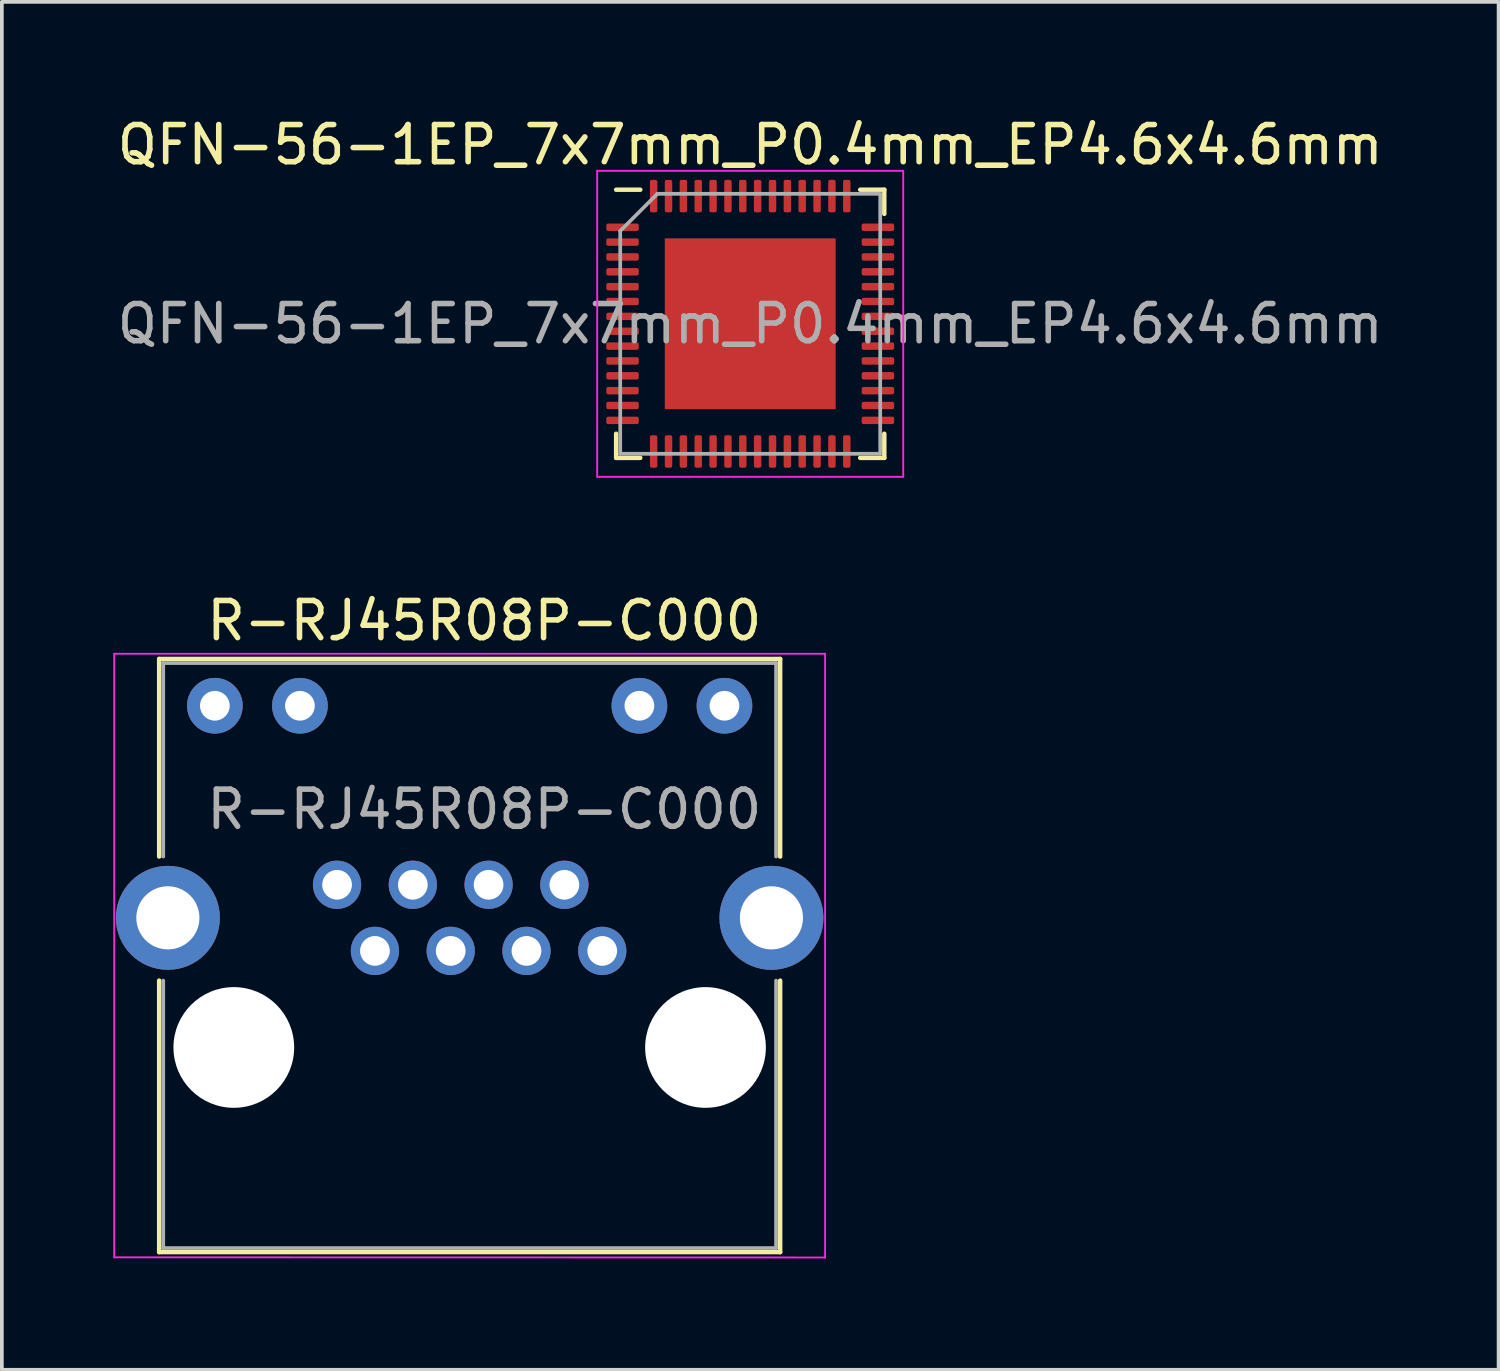
<source format=kicad_pcb>
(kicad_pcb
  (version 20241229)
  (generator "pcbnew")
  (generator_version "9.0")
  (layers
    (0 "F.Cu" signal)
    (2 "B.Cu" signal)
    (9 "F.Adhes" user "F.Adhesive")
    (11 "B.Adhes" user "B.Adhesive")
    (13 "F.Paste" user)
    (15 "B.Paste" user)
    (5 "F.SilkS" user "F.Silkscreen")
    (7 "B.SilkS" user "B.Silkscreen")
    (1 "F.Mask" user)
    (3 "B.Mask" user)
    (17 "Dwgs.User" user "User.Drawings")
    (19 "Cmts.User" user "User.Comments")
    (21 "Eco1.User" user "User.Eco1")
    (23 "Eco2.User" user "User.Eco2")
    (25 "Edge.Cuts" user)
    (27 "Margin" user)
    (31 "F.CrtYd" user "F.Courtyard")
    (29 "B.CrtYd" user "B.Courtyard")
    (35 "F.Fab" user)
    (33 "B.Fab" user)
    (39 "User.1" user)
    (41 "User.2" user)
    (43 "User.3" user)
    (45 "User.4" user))
  (footprint "QFN-56-1EP_7x7mm_P0.4mm_EP4.6x4.6mm"
    (layer "F.Cu")
    (at 17.149 5.668)
    (property "Reference" "QFN-56-1EP_7x7mm_P0.4mm_EP4.6x4.6mm" (at 0 -4.82 0) (layer "F.SilkS") (effects (font (size 1 1) (thickness 0.15))))
    (attr smd)
    (fp_line (start -3.61 3.61) (end -3.61 2.96) (stroke (width 0.12) (type solid)) (layer "F.SilkS"))
    (fp_line (start -2.96 -3.61) (end -3.61 -3.61) (stroke (width 0.12) (type solid)) (layer "F.SilkS"))
    (fp_line (start -2.96 3.61) (end -3.61 3.61) (stroke (width 0.12) (type solid)) (layer "F.SilkS"))
    (fp_line (start 2.96 -3.61) (end 3.61 -3.61) (stroke (width 0.12) (type solid)) (layer "F.SilkS"))
    (fp_line (start 2.96 3.61) (end 3.61 3.61) (stroke (width 0.12) (type solid)) (layer "F.SilkS"))
    (fp_line (start 3.61 -3.61) (end 3.61 -2.96) (stroke (width 0.12) (type solid)) (layer "F.SilkS"))
    (fp_line (start 3.61 3.61) (end 3.61 2.96) (stroke (width 0.12) (type solid)) (layer "F.SilkS"))
    (fp_line (start -4.12 -4.12) (end -4.12 4.12) (stroke (width 0.05) (type solid)) (layer "F.CrtYd"))
    (fp_line (start -4.12 4.12) (end 4.12 4.12) (stroke (width 0.05) (type solid)) (layer "F.CrtYd"))
    (fp_line (start 4.12 -4.12) (end -4.12 -4.12) (stroke (width 0.05) (type solid)) (layer "F.CrtYd"))
    (fp_line (start 4.12 4.12) (end 4.12 -4.12) (stroke (width 0.05) (type solid)) (layer "F.CrtYd"))
    (fp_line (start -3.5 -2.5) (end -2.5 -3.5) (stroke (width 0.1) (type solid)) (layer "F.Fab"))
    (fp_line (start -3.5 3.5) (end -3.5 -2.5) (stroke (width 0.1) (type solid)) (layer "F.Fab"))
    (fp_line (start -2.5 -3.5) (end 3.5 -3.5) (stroke (width 0.1) (type solid)) (layer "F.Fab"))
    (fp_line (start 3.5 -3.5) (end 3.5 3.5) (stroke (width 0.1) (type solid)) (layer "F.Fab"))
    (fp_line (start 3.5 3.5) (end -3.5 3.5) (stroke (width 0.1) (type solid)) (layer "F.Fab"))
    (fp_text user "${REFERENCE}" (at 0 0 0) (layer "F.Fab") (effects (font (size 1 1) (thickness 0.15))))
    (pad "" smd roundrect (at -1.067 -1.067) (size 1.865 1.865) (layers "F.Paste") (roundrect_rratio 0.221))
    (pad "" smd roundrect (at -1.067 1.067) (size 1.865 1.865) (layers "F.Paste") (roundrect_rratio 0.221))
    (pad "" smd roundrect (at 1.067 -1.067) (size 1.865 1.865) (layers "F.Paste") (roundrect_rratio 0.221))
    (pad "" smd roundrect (at 1.067 1.067) (size 1.865 1.865) (layers "F.Paste") (roundrect_rratio 0.221))
    (pad "1" smd roundrect (at -3.438 -2.6) (size 0.875 0.2) (layers "F.Cu" "F.Mask" "F.Paste") (roundrect_rratio 0.25))
    (pad "2" smd roundrect (at -3.438 -2.2) (size 0.875 0.2) (layers "F.Cu" "F.Mask" "F.Paste") (roundrect_rratio 0.25))
    (pad "3" smd roundrect (at -3.438 -1.8) (size 0.875 0.2) (layers "F.Cu" "F.Mask" "F.Paste") (roundrect_rratio 0.25))
    (pad "4" smd roundrect (at -3.438 -1.4) (size 0.875 0.2) (layers "F.Cu" "F.Mask" "F.Paste") (roundrect_rratio 0.25))
    (pad "5" smd roundrect (at -3.438 -1) (size 0.875 0.2) (layers "F.Cu" "F.Mask" "F.Paste") (roundrect_rratio 0.25))
    (pad "6" smd roundrect (at -3.438 -0.6) (size 0.875 0.2) (layers "F.Cu" "F.Mask" "F.Paste") (roundrect_rratio 0.25))
    (pad "7" smd roundrect (at -3.438 -0.2) (size 0.875 0.2) (layers "F.Cu" "F.Mask" "F.Paste") (roundrect_rratio 0.25))
    (pad "8" smd roundrect (at -3.438 0.2) (size 0.875 0.2) (layers "F.Cu" "F.Mask" "F.Paste") (roundrect_rratio 0.25))
    (pad "9" smd roundrect (at -3.438 0.6) (size 0.875 0.2) (layers "F.Cu" "F.Mask" "F.Paste") (roundrect_rratio 0.25))
    (pad "10" smd roundrect (at -3.438 1) (size 0.875 0.2) (layers "F.Cu" "F.Mask" "F.Paste") (roundrect_rratio 0.25))
    (pad "11" smd roundrect (at -3.438 1.4) (size 0.875 0.2) (layers "F.Cu" "F.Mask" "F.Paste") (roundrect_rratio 0.25))
    (pad "12" smd roundrect (at -3.438 1.8) (size 0.875 0.2) (layers "F.Cu" "F.Mask" "F.Paste") (roundrect_rratio 0.25))
    (pad "13" smd roundrect (at -3.438 2.2) (size 0.875 0.2) (layers "F.Cu" "F.Mask" "F.Paste") (roundrect_rratio 0.25))
    (pad "14" smd roundrect (at -3.438 2.6) (size 0.875 0.2) (layers "F.Cu" "F.Mask" "F.Paste") (roundrect_rratio 0.25))
    (pad "15" smd roundrect (at -2.6 3.438) (size 0.2 0.875) (layers "F.Cu" "F.Mask" "F.Paste") (roundrect_rratio 0.25))
    (pad "16" smd roundrect (at -2.2 3.438) (size 0.2 0.875) (layers "F.Cu" "F.Mask" "F.Paste") (roundrect_rratio 0.25))
    (pad "17" smd roundrect (at -1.8 3.438) (size 0.2 0.875) (layers "F.Cu" "F.Mask" "F.Paste") (roundrect_rratio 0.25))
    (pad "18" smd roundrect (at -1.4 3.438) (size 0.2 0.875) (layers "F.Cu" "F.Mask" "F.Paste") (roundrect_rratio 0.25))
    (pad "19" smd roundrect (at -1 3.438) (size 0.2 0.875) (layers "F.Cu" "F.Mask" "F.Paste") (roundrect_rratio 0.25))
    (pad "20" smd roundrect (at -0.6 3.438) (size 0.2 0.875) (layers "F.Cu" "F.Mask" "F.Paste") (roundrect_rratio 0.25))
    (pad "21" smd roundrect (at -0.2 3.438) (size 0.2 0.875) (layers "F.Cu" "F.Mask" "F.Paste") (roundrect_rratio 0.25))
    (pad "22" smd roundrect (at 0.2 3.438) (size 0.2 0.875) (layers "F.Cu" "F.Mask" "F.Paste") (roundrect_rratio 0.25))
    (pad "23" smd roundrect (at 0.6 3.438) (size 0.2 0.875) (layers "F.Cu" "F.Mask" "F.Paste") (roundrect_rratio 0.25))
    (pad "24" smd roundrect (at 1 3.438) (size 0.2 0.875) (layers "F.Cu" "F.Mask" "F.Paste") (roundrect_rratio 0.25))
    (pad "25" smd roundrect (at 1.4 3.438) (size 0.2 0.875) (layers "F.Cu" "F.Mask" "F.Paste") (roundrect_rratio 0.25))
    (pad "26" smd roundrect (at 1.8 3.438) (size 0.2 0.875) (layers "F.Cu" "F.Mask" "F.Paste") (roundrect_rratio 0.25))
    (pad "27" smd roundrect (at 2.2 3.438) (size 0.2 0.875) (layers "F.Cu" "F.Mask" "F.Paste") (roundrect_rratio 0.25))
    (pad "28" smd roundrect (at 2.6 3.438) (size 0.2 0.875) (layers "F.Cu" "F.Mask" "F.Paste") (roundrect_rratio 0.25))
    (pad "29" smd roundrect (at 3.438 2.6) (size 0.875 0.2) (layers "F.Cu" "F.Mask" "F.Paste") (roundrect_rratio 0.25))
    (pad "30" smd roundrect (at 3.438 2.2) (size 0.875 0.2) (layers "F.Cu" "F.Mask" "F.Paste") (roundrect_rratio 0.25))
    (pad "31" smd roundrect (at 3.438 1.8) (size 0.875 0.2) (layers "F.Cu" "F.Mask" "F.Paste") (roundrect_rratio 0.25))
    (pad "32" smd roundrect (at 3.438 1.4) (size 0.875 0.2) (layers "F.Cu" "F.Mask" "F.Paste") (roundrect_rratio 0.25))
    (pad "33" smd roundrect (at 3.438 1) (size 0.875 0.2) (layers "F.Cu" "F.Mask" "F.Paste") (roundrect_rratio 0.25))
    (pad "34" smd roundrect (at 3.438 0.6) (size 0.875 0.2) (layers "F.Cu" "F.Mask" "F.Paste") (roundrect_rratio 0.25))
    (pad "35" smd roundrect (at 3.438 0.2) (size 0.875 0.2) (layers "F.Cu" "F.Mask" "F.Paste") (roundrect_rratio 0.25))
    (pad "36" smd roundrect (at 3.438 -0.2) (size 0.875 0.2) (layers "F.Cu" "F.Mask" "F.Paste") (roundrect_rratio 0.25))
    (pad "37" smd roundrect (at 3.438 -0.6) (size 0.875 0.2) (layers "F.Cu" "F.Mask" "F.Paste") (roundrect_rratio 0.25))
    (pad "38" smd roundrect (at 3.438 -1) (size 0.875 0.2) (layers "F.Cu" "F.Mask" "F.Paste") (roundrect_rratio 0.25))
    (pad "39" smd roundrect (at 3.438 -1.4) (size 0.875 0.2) (layers "F.Cu" "F.Mask" "F.Paste") (roundrect_rratio 0.25))
    (pad "40" smd roundrect (at 3.438 -1.8) (size 0.875 0.2) (layers "F.Cu" "F.Mask" "F.Paste") (roundrect_rratio 0.25))
    (pad "41" smd roundrect (at 3.438 -2.2) (size 0.875 0.2) (layers "F.Cu" "F.Mask" "F.Paste") (roundrect_rratio 0.25))
    (pad "42" smd roundrect (at 3.438 -2.6) (size 0.875 0.2) (layers "F.Cu" "F.Mask" "F.Paste") (roundrect_rratio 0.25))
    (pad "43" smd roundrect (at 2.6 -3.438) (size 0.2 0.875) (layers "F.Cu" "F.Mask" "F.Paste") (roundrect_rratio 0.25))
    (pad "44" smd roundrect (at 2.2 -3.438) (size 0.2 0.875) (layers "F.Cu" "F.Mask" "F.Paste") (roundrect_rratio 0.25))
    (pad "45" smd roundrect (at 1.8 -3.438) (size 0.2 0.875) (layers "F.Cu" "F.Mask" "F.Paste") (roundrect_rratio 0.25))
    (pad "46" smd roundrect (at 1.4 -3.438) (size 0.2 0.875) (layers "F.Cu" "F.Mask" "F.Paste") (roundrect_rratio 0.25))
    (pad "47" smd roundrect (at 1 -3.438) (size 0.2 0.875) (layers "F.Cu" "F.Mask" "F.Paste") (roundrect_rratio 0.25))
    (pad "48" smd roundrect (at 0.6 -3.438) (size 0.2 0.875) (layers "F.Cu" "F.Mask" "F.Paste") (roundrect_rratio 0.25))
    (pad "49" smd roundrect (at 0.2 -3.438) (size 0.2 0.875) (layers "F.Cu" "F.Mask" "F.Paste") (roundrect_rratio 0.25))
    (pad "50" smd roundrect (at -0.2 -3.438) (size 0.2 0.875) (layers "F.Cu" "F.Mask" "F.Paste") (roundrect_rratio 0.25))
    (pad "51" smd roundrect (at -0.6 -3.438) (size 0.2 0.875) (layers "F.Cu" "F.Mask" "F.Paste") (roundrect_rratio 0.25))
    (pad "52" smd roundrect (at -1 -3.438) (size 0.2 0.875) (layers "F.Cu" "F.Mask" "F.Paste") (roundrect_rratio 0.25))
    (pad "53" smd roundrect (at -1.4 -3.438) (size 0.2 0.875) (layers "F.Cu" "F.Mask" "F.Paste") (roundrect_rratio 0.25))
    (pad "54" smd roundrect (at -1.8 -3.438) (size 0.2 0.875) (layers "F.Cu" "F.Mask" "F.Paste") (roundrect_rratio 0.25))
    (pad "55" smd roundrect (at -2.2 -3.438) (size 0.2 0.875) (layers "F.Cu" "F.Mask" "F.Paste") (roundrect_rratio 0.25))
    (pad "56" smd roundrect (at -2.6 -3.438) (size 0.2 0.875) (layers "F.Cu" "F.Mask" "F.Paste") (roundrect_rratio 0.25))
    (pad "57" smd rect (at 0 0) (size 4.6 4.6) (layers "F.Cu" "F.Mask")))
  (footprint "R-RJ45R08P-C000"
    (layer "F.Cu")
    (at 13.165 22.552)
    (property "Reference" "R-RJ45R08P-C000" (at -3.175 -8.89 0) (unlocked yes) (layer "F.SilkS") (effects (font (size 1 1) (thickness 0.15))))
    (attr through_hole)
    (fp_line (start -11.93 -7.86) (end -11.93 -2.54) (stroke (width 0.12) (type solid)) (layer "F.SilkS"))
    (fp_line (start -11.93 0.8) (end -11.93 8.11) (stroke (width 0.12) (type solid)) (layer "F.SilkS"))
    (fp_line (start -11.93 8.11) (end 4.79 8.11) (stroke (width 0.12) (type solid)) (layer "F.SilkS"))
    (fp_line (start 4.79 -7.86) (end -11.93 -7.86) (stroke (width 0.12) (type solid)) (layer "F.SilkS"))
    (fp_line (start 4.79 -2.54) (end 4.79 -7.86) (stroke (width 0.12) (type solid)) (layer "F.SilkS"))
    (fp_line (start 4.79 8.11) (end 4.79 0.8) (stroke (width 0.12) (type solid)) (layer "F.SilkS"))
    (fp_line (start -13.14 -8) (end -13.14 8.25) (stroke (width 0.05) (type solid)) (layer "F.CrtYd"))
    (fp_line (start -13.14 8.25) (end 6 8.255) (stroke (width 0.05) (type solid)) (layer "F.CrtYd"))
    (fp_line (start 6 -8) (end -13.14 -8) (stroke (width 0.05) (type solid)) (layer "F.CrtYd"))
    (fp_line (start 6 8.255) (end 6 -8) (stroke (width 0.05) (type solid)) (layer "F.CrtYd"))
    (fp_line (start -11.82 -7.75) (end -11.82 -2.54) (stroke (width 0.1) (type solid)) (layer "F.Fab"))
    (fp_line (start -11.82 8) (end -11.82 0.8) (stroke (width 0.1) (type solid)) (layer "F.Fab"))
    (fp_line (start -11.82 8) (end 4.68 8) (stroke (width 0.1) (type solid)) (layer "F.Fab"))
    (fp_line (start 4.68 -7.75) (end -11.82 -7.75) (stroke (width 0.1) (type solid)) (layer "F.Fab"))
    (fp_line (start 4.68 -2.54) (end 4.68 -7.75) (stroke (width 0.1) (type solid)) (layer "F.Fab"))
    (fp_line (start 4.68 8) (end 4.68 0.8) (stroke (width 0.1) (type solid)) (layer "F.Fab"))
    (fp_text user "${REFERENCE}" (at -3.175 -3.81 0) (unlocked yes) (layer "F.Fab") (effects (font (size 1 1) (thickness 0.15))))
    (pad "" np_thru_hole circle (at -9.92 2.6) (size 3.25 3.25) (drill 3.25) (layers "*.Cu" "*.Mask"))
    (pad "" np_thru_hole circle (at 2.78 2.6) (size 3.25 3.25) (drill 3.25) (layers "*.Cu" "*.Mask"))
    (pad "1" thru_hole circle (at 0 0) (size 1.3 1.3) (drill 0.8) (layers "*.Cu" "*.Mask"))
    (pad "2" thru_hole circle (at -1.02 -1.78) (size 1.3 1.3) (drill 0.8) (layers "*.Cu" "*.Mask"))
    (pad "3" thru_hole circle (at -2.04 0) (size 1.3 1.3) (drill 0.8) (layers "*.Cu" "*.Mask"))
    (pad "4" thru_hole circle (at -3.06 -1.78) (size 1.3 1.3) (drill 0.8) (layers "*.Cu" "*.Mask"))
    (pad "5" thru_hole circle (at -4.08 0) (size 1.3 1.3) (drill 0.8) (layers "*.Cu" "*.Mask"))
    (pad "6" thru_hole circle (at -5.1 -1.78) (size 1.3 1.3) (drill 0.8) (layers "*.Cu" "*.Mask"))
    (pad "7" thru_hole circle (at -6.12 0) (size 1.3 1.3) (drill 0.8) (layers "*.Cu" "*.Mask"))
    (pad "8" thru_hole circle (at -7.14 -1.78) (size 1.3 1.3) (drill 0.8) (layers "*.Cu" "*.Mask"))
    (pad "9" thru_hole circle (at 3.29 -6.6) (size 1.5 1.5) (drill 0.8) (layers "*.Cu" "*.Mask"))
    (pad "10" thru_hole circle (at 1 -6.6) (size 1.5 1.5) (drill 0.8) (layers "*.Cu" "*.Mask"))
    (pad "11" thru_hole circle (at -8.14 -6.6) (size 1.5 1.5) (drill 0.8) (layers "*.Cu" "*.Mask"))
    (pad "12" thru_hole circle (at -10.43 -6.6) (size 1.5 1.5) (drill 0.8) (layers "*.Cu" "*.Mask"))
    (pad "13" thru_hole circle (at 4.555 -0.89) (size 2.8 2.8) (drill 1.7) (layers "*.Cu" "*.Mask"))
    (pad "14" thru_hole circle (at -11.695 -0.89) (size 2.8 2.8) (drill 1.7) (layers "*.Cu" "*.Mask")))
  (gr_rect
    (start -3 -3)
    (end 37.298 33.831)
    (stroke (width 0.1) (type default))
    (fill no)
    (layer "Edge.Cuts")))
</source>
